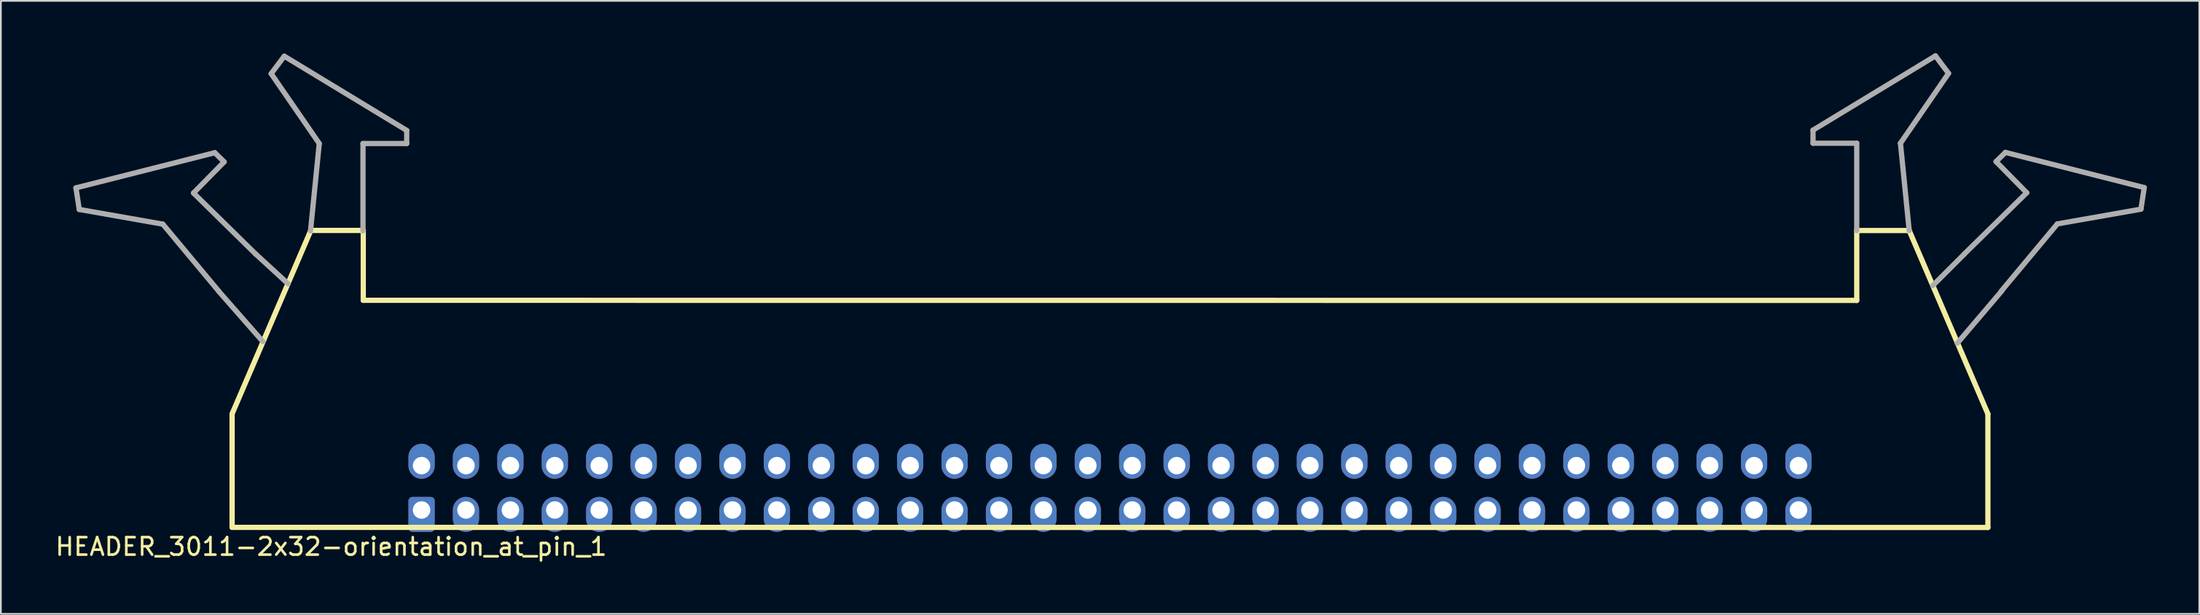
<source format=kicad_pcb>
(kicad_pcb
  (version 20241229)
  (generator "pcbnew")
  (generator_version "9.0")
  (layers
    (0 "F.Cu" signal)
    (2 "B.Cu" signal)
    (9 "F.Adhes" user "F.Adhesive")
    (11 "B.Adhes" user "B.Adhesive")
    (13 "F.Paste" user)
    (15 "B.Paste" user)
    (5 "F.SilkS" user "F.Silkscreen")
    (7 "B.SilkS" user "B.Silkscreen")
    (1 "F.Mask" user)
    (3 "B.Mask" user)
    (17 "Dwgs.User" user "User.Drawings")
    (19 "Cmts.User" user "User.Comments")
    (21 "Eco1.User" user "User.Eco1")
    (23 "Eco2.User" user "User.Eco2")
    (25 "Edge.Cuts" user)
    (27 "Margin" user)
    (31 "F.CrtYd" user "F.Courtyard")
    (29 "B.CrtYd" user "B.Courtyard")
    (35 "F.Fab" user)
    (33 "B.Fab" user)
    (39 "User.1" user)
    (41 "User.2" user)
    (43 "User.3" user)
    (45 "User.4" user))
  (footprint "HEADER_3011-2x32-orientation_at_pin_1"
    (layer "F.Cu")
    (at 60.427 26.15)
    (property "Reference" "HEADER_3011-2x32-orientation_at_pin_1" (at -44.54 2.1 0) (layer "F.SilkS") (effects (font (size 1 1) (thickness 0.15))))
    (attr through_hole)
    (fp_line (start -50.204 -5.506) (end -45.704 -16.006) (stroke (width 0.3) (type solid)) (layer "F.SilkS"))
    (fp_line (start -50.204 0.994) (end -50.204 -5.506) (stroke (width 0.3) (type solid)) (layer "F.SilkS"))
    (fp_line (start -50.204 0.994) (end 50.2 1) (stroke (width 0.3) (type solid)) (layer "F.SilkS"))
    (fp_line (start -45.704 -16.006) (end -42.704 -16.006) (stroke (width 0.3) (type solid)) (layer "F.SilkS"))
    (fp_line (start -42.704 -16.006) (end -42.704 -12.006) (stroke (width 0.3) (type solid)) (layer "F.SilkS"))
    (fp_line (start 42.7 -16) (end 42.7 -12) (stroke (width 0.3) (type solid)) (layer "F.SilkS"))
    (fp_line (start 42.7 -12) (end -42.704 -12.006) (stroke (width 0.3) (type solid)) (layer "F.SilkS"))
    (fp_line (start 45.7 -16) (end 42.7 -16) (stroke (width 0.3) (type solid)) (layer "F.SilkS"))
    (fp_line (start 50.2 -5.5) (end 45.7 -16) (stroke (width 0.3) (type solid)) (layer "F.SilkS"))
    (fp_line (start 50.2 1) (end 50.2 -5.5) (stroke (width 0.3) (type solid)) (layer "F.SilkS"))
    (fp_line (start -59.133 -18.444) (end -58.945 -17.208) (stroke (width 0.3) (type solid)) (layer "F.Fab"))
    (fp_line (start -58.945 -17.208) (end -54.165 -16.366) (stroke (width 0.3) (type solid)) (layer "F.Fab"))
    (fp_line (start -54.165 -16.366) (end -50.949 -12.504) (stroke (width 0.3) (type solid)) (layer "F.Fab"))
    (fp_line (start -52.413 -18.149) (end -50.66 -19.932) (stroke (width 0.3) (type solid)) (layer "F.Fab"))
    (fp_line (start -51.195 -20.457) (end -59.133 -18.444) (stroke (width 0.3) (type solid)) (layer "F.Fab"))
    (fp_line (start -50.95 -12.5) (end -48.45 -9.65) (stroke (width 0.3) (type solid)) (layer "F.Fab"))
    (fp_line (start -50.66 -19.932) (end -51.195 -20.457) (stroke (width 0.3) (type solid)) (layer "F.Fab"))
    (fp_line (start -48.85 -14.65) (end -47 -12.95) (stroke (width 0.3) (type solid)) (layer "F.Fab"))
    (fp_line (start -48.846 -14.644) (end -52.413 -18.149) (stroke (width 0.3) (type solid)) (layer "F.Fab"))
    (fp_line (start -47.97 -24.982) (end -45.22 -20.982) (stroke (width 0.3) (type solid)) (layer "F.Fab"))
    (fp_line (start -47.22 -25.982) (end -47.97 -24.982) (stroke (width 0.3) (type solid)) (layer "F.Fab"))
    (fp_line (start -45.22 -20.982) (end -45.72 -15.982) (stroke (width 0.3) (type solid)) (layer "F.Fab"))
    (fp_line (start -42.72 -20.982) (end -40.22 -20.982) (stroke (width 0.3) (type solid)) (layer "F.Fab"))
    (fp_line (start -42.72 -15.982) (end -42.72 -20.982) (stroke (width 0.3) (type solid)) (layer "F.Fab"))
    (fp_line (start -40.22 -21.732) (end -47.22 -25.982) (stroke (width 0.3) (type solid)) (layer "F.Fab"))
    (fp_line (start -40.22 -20.982) (end -40.22 -21.732) (stroke (width 0.3) (type solid)) (layer "F.Fab"))
    (fp_line (start 40.2 -21.75) (end 47.2 -26) (stroke (width 0.3) (type solid)) (layer "F.Fab"))
    (fp_line (start 40.2 -21) (end 40.2 -21.75) (stroke (width 0.3) (type solid)) (layer "F.Fab"))
    (fp_line (start 42.7 -21) (end 40.2 -21) (stroke (width 0.3) (type solid)) (layer "F.Fab"))
    (fp_line (start 42.7 -16) (end 42.7 -21) (stroke (width 0.3) (type solid)) (layer "F.Fab"))
    (fp_line (start 45.2 -21) (end 45.7 -16) (stroke (width 0.3) (type solid)) (layer "F.Fab"))
    (fp_line (start 47.2 -26) (end 47.95 -25) (stroke (width 0.3) (type solid)) (layer "F.Fab"))
    (fp_line (start 47.95 -25) (end 45.2 -21) (stroke (width 0.3) (type solid)) (layer "F.Fab"))
    (fp_line (start 48.85 -14.65) (end 47.05 -12.85) (stroke (width 0.3) (type solid)) (layer "F.Fab"))
    (fp_line (start 48.853 -14.659) (end 52.42 -18.164) (stroke (width 0.3) (type solid)) (layer "F.Fab"))
    (fp_line (start 50.667 -19.947) (end 51.202 -20.473) (stroke (width 0.3) (type solid)) (layer "F.Fab"))
    (fp_line (start 51 -12.55) (end 48.45 -9.55) (stroke (width 0.3) (type solid)) (layer "F.Fab"))
    (fp_line (start 51.202 -20.473) (end 59.14 -18.459) (stroke (width 0.3) (type solid)) (layer "F.Fab"))
    (fp_line (start 52.42 -18.164) (end 50.667 -19.947) (stroke (width 0.3) (type solid)) (layer "F.Fab"))
    (fp_line (start 54.172 -16.381) (end 50.956 -12.52) (stroke (width 0.3) (type solid)) (layer "F.Fab"))
    (fp_line (start 58.952 -17.223) (end 54.172 -16.381) (stroke (width 0.3) (type solid)) (layer "F.Fab"))
    (fp_line (start 59.14 -18.459) (end 58.952 -17.223) (stroke (width 0.3) (type solid)) (layer "F.Fab"))
    (pad "1" thru_hole roundrect (at -39.37 0) (size 1.5 2) (drill 1 (offset 0 0.25)) (layers "*.Cu" "*.Mask") (roundrect_rratio 0.15))
    (pad "2" thru_hole oval (at -39.37 -2.54 180) (size 1.5 2) (drill 1 (offset 0 0.25)) (layers "*.Cu" "*.Mask"))
    (pad "3" thru_hole oval (at -36.83 0) (size 1.5 2) (drill 1 (offset 0 0.25)) (layers "*.Cu" "*.Mask"))
    (pad "4" thru_hole oval (at -36.83 -2.54 180) (size 1.5 2) (drill 1 (offset 0 0.25)) (layers "*.Cu" "*.Mask"))
    (pad "5" thru_hole oval (at -34.29 0) (size 1.5 2) (drill 1 (offset 0 0.25)) (layers "*.Cu" "*.Mask"))
    (pad "6" thru_hole oval (at -34.29 -2.54 180) (size 1.5 2) (drill 1 (offset 0 0.25)) (layers "*.Cu" "*.Mask"))
    (pad "7" thru_hole oval (at -31.75 0) (size 1.5 2) (drill 1 (offset 0 0.25)) (layers "*.Cu" "*.Mask"))
    (pad "8" thru_hole oval (at -31.75 -2.54 180) (size 1.5 2) (drill 1 (offset 0 0.25)) (layers "*.Cu" "*.Mask"))
    (pad "9" thru_hole oval (at -29.21 0) (size 1.5 2) (drill 1 (offset 0 0.25)) (layers "*.Cu" "*.Mask"))
    (pad "10" thru_hole oval (at -29.21 -2.54 180) (size 1.5 2) (drill 1 (offset 0 0.25)) (layers "*.Cu" "*.Mask"))
    (pad "11" thru_hole oval (at -26.67 0) (size 1.5 2) (drill 1 (offset 0 0.25)) (layers "*.Cu" "*.Mask"))
    (pad "12" thru_hole oval (at -26.67 -2.54 180) (size 1.5 2) (drill 1 (offset 0 0.25)) (layers "*.Cu" "*.Mask"))
    (pad "13" thru_hole oval (at -24.13 0) (size 1.5 2) (drill 1 (offset 0 0.25)) (layers "*.Cu" "*.Mask"))
    (pad "14" thru_hole oval (at -24.13 -2.54 180) (size 1.5 2) (drill 1 (offset 0 0.25)) (layers "*.Cu" "*.Mask"))
    (pad "15" thru_hole oval (at -21.59 0) (size 1.5 2) (drill 1 (offset 0 0.25)) (layers "*.Cu" "*.Mask"))
    (pad "16" thru_hole oval (at -21.59 -2.54 180) (size 1.5 2) (drill 1 (offset 0 0.25)) (layers "*.Cu" "*.Mask"))
    (pad "17" thru_hole oval (at -19.05 0) (size 1.5 2) (drill 1 (offset 0 0.25)) (layers "*.Cu" "*.Mask"))
    (pad "18" thru_hole oval (at -19.05 -2.54 180) (size 1.5 2) (drill 1 (offset 0 0.25)) (layers "*.Cu" "*.Mask"))
    (pad "19" thru_hole oval (at -16.51 0) (size 1.5 2) (drill 1 (offset 0 0.25)) (layers "*.Cu" "*.Mask"))
    (pad "20" thru_hole oval (at -16.51 -2.54 180) (size 1.5 2) (drill 1 (offset 0 0.25)) (layers "*.Cu" "*.Mask"))
    (pad "21" thru_hole oval (at -13.97 0) (size 1.5 2) (drill 1 (offset 0 0.25)) (layers "*.Cu" "*.Mask"))
    (pad "22" thru_hole oval (at -13.97 -2.54 180) (size 1.5 2) (drill 1 (offset 0 0.25)) (layers "*.Cu" "*.Mask"))
    (pad "23" thru_hole oval (at -11.43 0) (size 1.5 2) (drill 1 (offset 0 0.25)) (layers "*.Cu" "*.Mask"))
    (pad "24" thru_hole oval (at -11.43 -2.54 180) (size 1.5 2) (drill 1 (offset 0 0.25)) (layers "*.Cu" "*.Mask"))
    (pad "25" thru_hole oval (at -8.89 0) (size 1.5 2) (drill 1 (offset 0 0.25)) (layers "*.Cu" "*.Mask"))
    (pad "26" thru_hole oval (at -8.89 -2.54 180) (size 1.5 2) (drill 1 (offset 0 0.25)) (layers "*.Cu" "*.Mask"))
    (pad "27" thru_hole oval (at -6.35 0) (size 1.5 2) (drill 1 (offset 0 0.25)) (layers "*.Cu" "*.Mask"))
    (pad "28" thru_hole oval (at -6.35 -2.54 180) (size 1.5 2) (drill 1 (offset 0 0.25)) (layers "*.Cu" "*.Mask"))
    (pad "29" thru_hole oval (at -3.81 0) (size 1.5 2) (drill 1 (offset 0 0.25)) (layers "*.Cu" "*.Mask"))
    (pad "30" thru_hole oval (at -3.81 -2.54 180) (size 1.5 2) (drill 1 (offset 0 0.25)) (layers "*.Cu" "*.Mask"))
    (pad "31" thru_hole oval (at -1.27 0) (size 1.5 2) (drill 1 (offset 0 0.25)) (layers "*.Cu" "*.Mask"))
    (pad "32" thru_hole oval (at -1.27 -2.54 180) (size 1.5 2) (drill 1 (offset 0 0.25)) (layers "*.Cu" "*.Mask"))
    (pad "33" thru_hole oval (at 1.27 0) (size 1.5 2) (drill 1 (offset 0 0.25)) (layers "*.Cu" "*.Mask"))
    (pad "34" thru_hole oval (at 1.27 -2.54 180) (size 1.5 2) (drill 1 (offset 0 0.25)) (layers "*.Cu" "*.Mask"))
    (pad "35" thru_hole oval (at 3.81 0) (size 1.5 2) (drill 1 (offset 0 0.25)) (layers "*.Cu" "*.Mask"))
    (pad "36" thru_hole oval (at 3.81 -2.54 180) (size 1.5 2) (drill 1 (offset 0 0.25)) (layers "*.Cu" "*.Mask"))
    (pad "37" thru_hole oval (at 6.35 0) (size 1.5 2) (drill 1 (offset 0 0.25)) (layers "*.Cu" "*.Mask"))
    (pad "38" thru_hole oval (at 6.35 -2.54 180) (size 1.5 2) (drill 1 (offset 0 0.25)) (layers "*.Cu" "*.Mask"))
    (pad "39" thru_hole oval (at 8.89 0) (size 1.5 2) (drill 1 (offset 0 0.25)) (layers "*.Cu" "*.Mask"))
    (pad "40" thru_hole oval (at 8.89 -2.54 180) (size 1.5 2) (drill 1 (offset 0 0.25)) (layers "*.Cu" "*.Mask"))
    (pad "41" thru_hole oval (at 11.43 0) (size 1.5 2) (drill 1 (offset 0 0.25)) (layers "*.Cu" "*.Mask"))
    (pad "42" thru_hole oval (at 11.43 -2.54 180) (size 1.5 2) (drill 1 (offset 0 0.25)) (layers "*.Cu" "*.Mask"))
    (pad "43" thru_hole oval (at 13.97 0) (size 1.5 2) (drill 1 (offset 0 0.25)) (layers "*.Cu" "*.Mask"))
    (pad "44" thru_hole oval (at 13.97 -2.54 180) (size 1.5 2) (drill 1 (offset 0 0.25)) (layers "*.Cu" "*.Mask"))
    (pad "45" thru_hole oval (at 16.51 0) (size 1.5 2) (drill 1 (offset 0 0.25)) (layers "*.Cu" "*.Mask"))
    (pad "46" thru_hole oval (at 16.51 -2.54 180) (size 1.5 2) (drill 1 (offset 0 0.25)) (layers "*.Cu" "*.Mask"))
    (pad "47" thru_hole oval (at 19.05 0) (size 1.5 2) (drill 1 (offset 0 0.25)) (layers "*.Cu" "*.Mask"))
    (pad "48" thru_hole oval (at 19.05 -2.54 180) (size 1.5 2) (drill 1 (offset 0 0.25)) (layers "*.Cu" "*.Mask"))
    (pad "49" thru_hole oval (at 21.59 0) (size 1.5 2) (drill 1 (offset 0 0.25)) (layers "*.Cu" "*.Mask"))
    (pad "50" thru_hole oval (at 21.59 -2.54 180) (size 1.5 2) (drill 1 (offset 0 0.25)) (layers "*.Cu" "*.Mask"))
    (pad "51" thru_hole oval (at 24.13 0) (size 1.5 2) (drill 1 (offset 0 0.25)) (layers "*.Cu" "*.Mask"))
    (pad "52" thru_hole oval (at 24.13 -2.54 180) (size 1.5 2) (drill 1 (offset 0 0.25)) (layers "*.Cu" "*.Mask"))
    (pad "53" thru_hole oval (at 26.67 0) (size 1.5 2) (drill 1 (offset 0 0.25)) (layers "*.Cu" "*.Mask"))
    (pad "54" thru_hole oval (at 26.67 -2.54 180) (size 1.5 2) (drill 1 (offset 0 0.25)) (layers "*.Cu" "*.Mask"))
    (pad "55" thru_hole oval (at 29.21 0) (size 1.5 2) (drill 1 (offset 0 0.25)) (layers "*.Cu" "*.Mask"))
    (pad "56" thru_hole oval (at 29.21 -2.54 180) (size 1.5 2) (drill 1 (offset 0 0.25)) (layers "*.Cu" "*.Mask"))
    (pad "57" thru_hole oval (at 31.75 0) (size 1.5 2) (drill 1 (offset 0 0.25)) (layers "*.Cu" "*.Mask"))
    (pad "58" thru_hole oval (at 31.75 -2.54 180) (size 1.5 2) (drill 1 (offset 0 0.25)) (layers "*.Cu" "*.Mask"))
    (pad "59" thru_hole oval (at 34.29 0) (size 1.5 2) (drill 1 (offset 0 0.25)) (layers "*.Cu" "*.Mask"))
    (pad "60" thru_hole oval (at 34.29 -2.54 180) (size 1.5 2) (drill 1 (offset 0 0.25)) (layers "*.Cu" "*.Mask"))
    (pad "61" thru_hole oval (at 36.83 0) (size 1.5 2) (drill 1 (offset 0 0.25)) (layers "*.Cu" "*.Mask"))
    (pad "62" thru_hole oval (at 36.83 -2.54 180) (size 1.5 2) (drill 1 (offset 0 0.25)) (layers "*.Cu" "*.Mask"))
    (pad "63" thru_hole oval (at 39.37 0) (size 1.5 2) (drill 1 (offset 0 0.25)) (layers "*.Cu" "*.Mask"))
    (pad "64" thru_hole oval (at 39.37 -2.54 180) (size 1.5 2) (drill 1 (offset 0 0.25)) (layers "*.Cu" "*.Mask")))
  (gr_rect
    (start -3 -3)
    (end 122.717 32.098)
    (stroke (width 0.1) (type default))
    (fill no)
    (layer "Edge.Cuts")))
</source>
